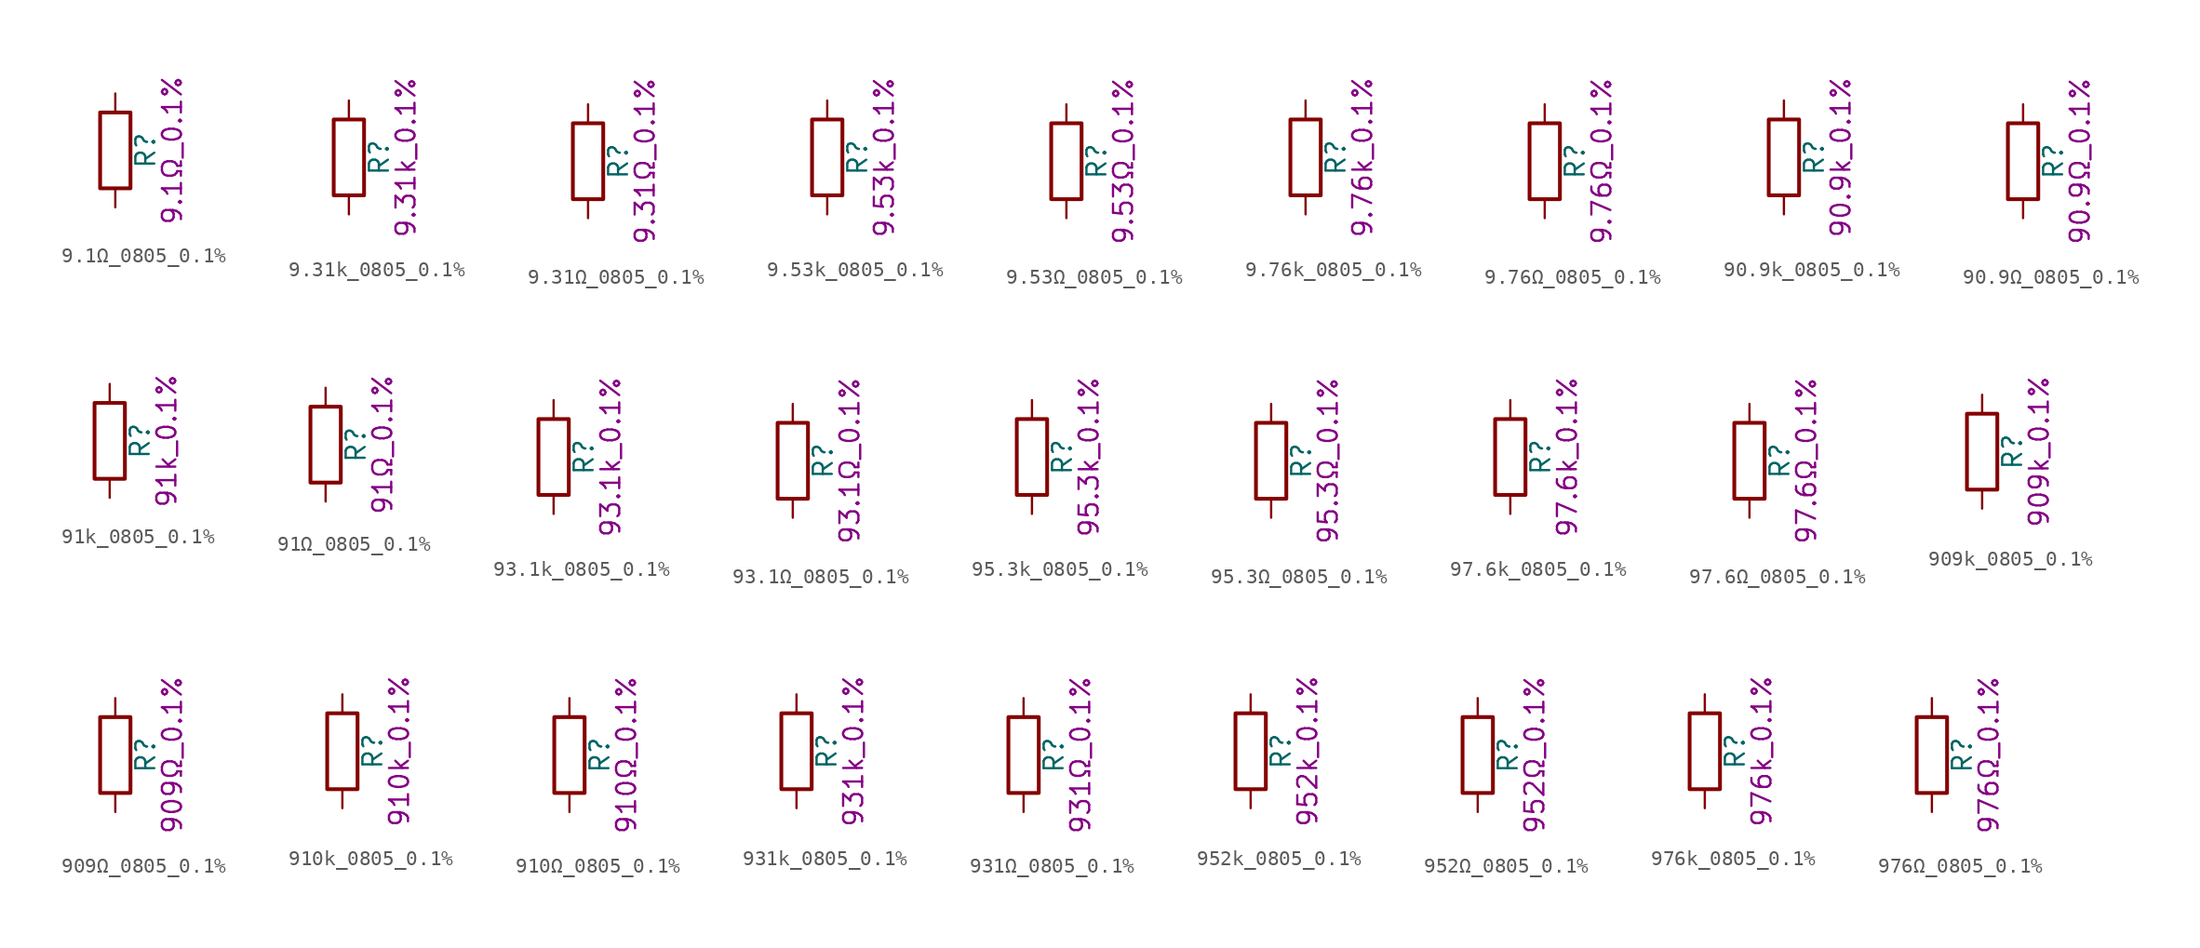
<source format=kicad_sym>
(kicad_symbol_lib
  (version 20211014)
  (generator kicad_symbol_editor)
  (symbol "9.1Ω_0805_0.1%"
    (pin_numbers hide)
    (pin_names
      (offset 0))
    (property "Reference" "R"
      (at 2.032 0 90)
      (effects (font (size 1.27 1.27))))
    (property "Display" "9.1Ω_0.1%"
      (at 3.81 0 90)
      (effects (font (size 1.27 1.27))))
    (symbol "9.1Ω_0805_0.1%_0_1"
      (rectangle (start -1.016 -2.54) (end 1.016 2.54) (stroke (width 0.254) (type default) (color 0 0 0 0)) (fill (type none))))
    (symbol "9.1Ω_0805_0.1%_1_1"
      (pin passive line (at 0 3.81 270) (length 1.27) (name "~" (effects (font (size 1.27 1.27)))) (number "1" (effects (font (size 1.27 1.27)))))
      (pin passive line (at 0 -3.81 90) (length 1.27) (name "~" (effects (font (size 1.27 1.27)))) (number "2" (effects (font (size 1.27 1.27)))))))
  (symbol "9.31k_0805_0.1%"
    (pin_numbers hide)
    (pin_names
      (offset 0))
    (property "Reference" "R"
      (at 2.032 0 90)
      (effects (font (size 1.27 1.27))))
    (property "Display" "9.31k_0.1%"
      (at 3.81 0 90)
      (effects (font (size 1.27 1.27))))
    (symbol "9.31k_0805_0.1%_0_1"
      (rectangle (start -1.016 -2.54) (end 1.016 2.54) (stroke (width 0.254) (type default) (color 0 0 0 0)) (fill (type none))))
    (symbol "9.31k_0805_0.1%_1_1"
      (pin passive line (at 0 3.81 270) (length 1.27) (name "~" (effects (font (size 1.27 1.27)))) (number "1" (effects (font (size 1.27 1.27)))))
      (pin passive line (at 0 -3.81 90) (length 1.27) (name "~" (effects (font (size 1.27 1.27)))) (number "2" (effects (font (size 1.27 1.27)))))))
  (symbol "9.31Ω_0805_0.1%"
    (pin_numbers hide)
    (pin_names
      (offset 0))
    (property "Reference" "R"
      (at 2.032 0 90)
      (effects (font (size 1.27 1.27))))
    (property "Display" "9.31Ω_0.1%"
      (at 3.81 0 90)
      (effects (font (size 1.27 1.27))))
    (symbol "9.31Ω_0805_0.1%_0_1"
      (rectangle (start -1.016 -2.54) (end 1.016 2.54) (stroke (width 0.254) (type default) (color 0 0 0 0)) (fill (type none))))
    (symbol "9.31Ω_0805_0.1%_1_1"
      (pin passive line (at 0 3.81 270) (length 1.27) (name "~" (effects (font (size 1.27 1.27)))) (number "1" (effects (font (size 1.27 1.27)))))
      (pin passive line (at 0 -3.81 90) (length 1.27) (name "~" (effects (font (size 1.27 1.27)))) (number "2" (effects (font (size 1.27 1.27)))))))
  (symbol "9.53k_0805_0.1%"
    (pin_numbers hide)
    (pin_names
      (offset 0))
    (property "Reference" "R"
      (at 2.032 0 90)
      (effects (font (size 1.27 1.27))))
    (property "Display" "9.53k_0.1%"
      (at 3.81 0 90)
      (effects (font (size 1.27 1.27))))
    (symbol "9.53k_0805_0.1%_0_1"
      (rectangle (start -1.016 -2.54) (end 1.016 2.54) (stroke (width 0.254) (type default) (color 0 0 0 0)) (fill (type none))))
    (symbol "9.53k_0805_0.1%_1_1"
      (pin passive line (at 0 3.81 270) (length 1.27) (name "~" (effects (font (size 1.27 1.27)))) (number "1" (effects (font (size 1.27 1.27)))))
      (pin passive line (at 0 -3.81 90) (length 1.27) (name "~" (effects (font (size 1.27 1.27)))) (number "2" (effects (font (size 1.27 1.27)))))))
  (symbol "9.53Ω_0805_0.1%"
    (pin_numbers hide)
    (pin_names
      (offset 0))
    (property "Reference" "R"
      (at 2.032 0 90)
      (effects (font (size 1.27 1.27))))
    (property "Display" "9.53Ω_0.1%"
      (at 3.81 0 90)
      (effects (font (size 1.27 1.27))))
    (symbol "9.53Ω_0805_0.1%_0_1"
      (rectangle (start -1.016 -2.54) (end 1.016 2.54) (stroke (width 0.254) (type default) (color 0 0 0 0)) (fill (type none))))
    (symbol "9.53Ω_0805_0.1%_1_1"
      (pin passive line (at 0 3.81 270) (length 1.27) (name "~" (effects (font (size 1.27 1.27)))) (number "1" (effects (font (size 1.27 1.27)))))
      (pin passive line (at 0 -3.81 90) (length 1.27) (name "~" (effects (font (size 1.27 1.27)))) (number "2" (effects (font (size 1.27 1.27)))))))
  (symbol "9.76k_0805_0.1%"
    (pin_numbers hide)
    (pin_names
      (offset 0))
    (property "Reference" "R"
      (at 2.032 0 90)
      (effects (font (size 1.27 1.27))))
    (property "Display" "9.76k_0.1%"
      (at 3.81 0 90)
      (effects (font (size 1.27 1.27))))
    (symbol "9.76k_0805_0.1%_0_1"
      (rectangle (start -1.016 -2.54) (end 1.016 2.54) (stroke (width 0.254) (type default) (color 0 0 0 0)) (fill (type none))))
    (symbol "9.76k_0805_0.1%_1_1"
      (pin passive line (at 0 3.81 270) (length 1.27) (name "~" (effects (font (size 1.27 1.27)))) (number "1" (effects (font (size 1.27 1.27)))))
      (pin passive line (at 0 -3.81 90) (length 1.27) (name "~" (effects (font (size 1.27 1.27)))) (number "2" (effects (font (size 1.27 1.27)))))))
  (symbol "9.76Ω_0805_0.1%"
    (pin_numbers hide)
    (pin_names
      (offset 0))
    (property "Reference" "R"
      (at 2.032 0 90)
      (effects (font (size 1.27 1.27))))
    (property "Display" "9.76Ω_0.1%"
      (at 3.81 0 90)
      (effects (font (size 1.27 1.27))))
    (symbol "9.76Ω_0805_0.1%_0_1"
      (rectangle (start -1.016 -2.54) (end 1.016 2.54) (stroke (width 0.254) (type default) (color 0 0 0 0)) (fill (type none))))
    (symbol "9.76Ω_0805_0.1%_1_1"
      (pin passive line (at 0 3.81 270) (length 1.27) (name "~" (effects (font (size 1.27 1.27)))) (number "1" (effects (font (size 1.27 1.27)))))
      (pin passive line (at 0 -3.81 90) (length 1.27) (name "~" (effects (font (size 1.27 1.27)))) (number "2" (effects (font (size 1.27 1.27)))))))
  (symbol "90.9k_0805_0.1%"
    (pin_numbers hide)
    (pin_names
      (offset 0))
    (property "Reference" "R"
      (at 2.032 0 90)
      (effects (font (size 1.27 1.27))))
    (property "Display" "90.9k_0.1%"
      (at 3.81 0 90)
      (effects (font (size 1.27 1.27))))
    (symbol "90.9k_0805_0.1%_0_1"
      (rectangle (start -1.016 -2.54) (end 1.016 2.54) (stroke (width 0.254) (type default) (color 0 0 0 0)) (fill (type none))))
    (symbol "90.9k_0805_0.1%_1_1"
      (pin passive line (at 0 3.81 270) (length 1.27) (name "~" (effects (font (size 1.27 1.27)))) (number "1" (effects (font (size 1.27 1.27)))))
      (pin passive line (at 0 -3.81 90) (length 1.27) (name "~" (effects (font (size 1.27 1.27)))) (number "2" (effects (font (size 1.27 1.27)))))))
  (symbol "90.9Ω_0805_0.1%"
    (pin_numbers hide)
    (pin_names
      (offset 0))
    (property "Reference" "R"
      (at 2.032 0 90)
      (effects (font (size 1.27 1.27))))
    (property "Display" "90.9Ω_0.1%"
      (at 3.81 0 90)
      (effects (font (size 1.27 1.27))))
    (symbol "90.9Ω_0805_0.1%_0_1"
      (rectangle (start -1.016 -2.54) (end 1.016 2.54) (stroke (width 0.254) (type default) (color 0 0 0 0)) (fill (type none))))
    (symbol "90.9Ω_0805_0.1%_1_1"
      (pin passive line (at 0 3.81 270) (length 1.27) (name "~" (effects (font (size 1.27 1.27)))) (number "1" (effects (font (size 1.27 1.27)))))
      (pin passive line (at 0 -3.81 90) (length 1.27) (name "~" (effects (font (size 1.27 1.27)))) (number "2" (effects (font (size 1.27 1.27)))))))
  (symbol "91k_0805_0.1%"
    (pin_numbers hide)
    (pin_names
      (offset 0))
    (property "Reference" "R"
      (at 2.032 0 90)
      (effects (font (size 1.27 1.27))))
    (property "Display" "91k_0.1%"
      (at 3.81 0 90)
      (effects (font (size 1.27 1.27))))
    (symbol "91k_0805_0.1%_0_1"
      (rectangle (start -1.016 -2.54) (end 1.016 2.54) (stroke (width 0.254) (type default) (color 0 0 0 0)) (fill (type none))))
    (symbol "91k_0805_0.1%_1_1"
      (pin passive line (at 0 3.81 270) (length 1.27) (name "~" (effects (font (size 1.27 1.27)))) (number "1" (effects (font (size 1.27 1.27)))))
      (pin passive line (at 0 -3.81 90) (length 1.27) (name "~" (effects (font (size 1.27 1.27)))) (number "2" (effects (font (size 1.27 1.27)))))))
  (symbol "91Ω_0805_0.1%"
    (pin_numbers hide)
    (pin_names
      (offset 0))
    (property "Reference" "R"
      (at 2.032 0 90)
      (effects (font (size 1.27 1.27))))
    (property "Display" "91Ω_0.1%"
      (at 3.81 0 90)
      (effects (font (size 1.27 1.27))))
    (symbol "91Ω_0805_0.1%_0_1"
      (rectangle (start -1.016 -2.54) (end 1.016 2.54) (stroke (width 0.254) (type default) (color 0 0 0 0)) (fill (type none))))
    (symbol "91Ω_0805_0.1%_1_1"
      (pin passive line (at 0 3.81 270) (length 1.27) (name "~" (effects (font (size 1.27 1.27)))) (number "1" (effects (font (size 1.27 1.27)))))
      (pin passive line (at 0 -3.81 90) (length 1.27) (name "~" (effects (font (size 1.27 1.27)))) (number "2" (effects (font (size 1.27 1.27)))))))
  (symbol "93.1k_0805_0.1%"
    (pin_numbers hide)
    (pin_names
      (offset 0))
    (property "Reference" "R"
      (at 2.032 0 90)
      (effects (font (size 1.27 1.27))))
    (property "Display" "93.1k_0.1%"
      (at 3.81 0 90)
      (effects (font (size 1.27 1.27))))
    (symbol "93.1k_0805_0.1%_0_1"
      (rectangle (start -1.016 -2.54) (end 1.016 2.54) (stroke (width 0.254) (type default) (color 0 0 0 0)) (fill (type none))))
    (symbol "93.1k_0805_0.1%_1_1"
      (pin passive line (at 0 3.81 270) (length 1.27) (name "~" (effects (font (size 1.27 1.27)))) (number "1" (effects (font (size 1.27 1.27)))))
      (pin passive line (at 0 -3.81 90) (length 1.27) (name "~" (effects (font (size 1.27 1.27)))) (number "2" (effects (font (size 1.27 1.27)))))))
  (symbol "93.1Ω_0805_0.1%"
    (pin_numbers hide)
    (pin_names
      (offset 0))
    (property "Reference" "R"
      (at 2.032 0 90)
      (effects (font (size 1.27 1.27))))
    (property "Display" "93.1Ω_0.1%"
      (at 3.81 0 90)
      (effects (font (size 1.27 1.27))))
    (symbol "93.1Ω_0805_0.1%_0_1"
      (rectangle (start -1.016 -2.54) (end 1.016 2.54) (stroke (width 0.254) (type default) (color 0 0 0 0)) (fill (type none))))
    (symbol "93.1Ω_0805_0.1%_1_1"
      (pin passive line (at 0 3.81 270) (length 1.27) (name "~" (effects (font (size 1.27 1.27)))) (number "1" (effects (font (size 1.27 1.27)))))
      (pin passive line (at 0 -3.81 90) (length 1.27) (name "~" (effects (font (size 1.27 1.27)))) (number "2" (effects (font (size 1.27 1.27)))))))
  (symbol "95.3k_0805_0.1%"
    (pin_numbers hide)
    (pin_names
      (offset 0))
    (property "Reference" "R"
      (at 2.032 0 90)
      (effects (font (size 1.27 1.27))))
    (property "Display" "95.3k_0.1%"
      (at 3.81 0 90)
      (effects (font (size 1.27 1.27))))
    (symbol "95.3k_0805_0.1%_0_1"
      (rectangle (start -1.016 -2.54) (end 1.016 2.54) (stroke (width 0.254) (type default) (color 0 0 0 0)) (fill (type none))))
    (symbol "95.3k_0805_0.1%_1_1"
      (pin passive line (at 0 3.81 270) (length 1.27) (name "~" (effects (font (size 1.27 1.27)))) (number "1" (effects (font (size 1.27 1.27)))))
      (pin passive line (at 0 -3.81 90) (length 1.27) (name "~" (effects (font (size 1.27 1.27)))) (number "2" (effects (font (size 1.27 1.27)))))))
  (symbol "95.3Ω_0805_0.1%"
    (pin_numbers hide)
    (pin_names
      (offset 0))
    (property "Reference" "R"
      (at 2.032 0 90)
      (effects (font (size 1.27 1.27))))
    (property "Display" "95.3Ω_0.1%"
      (at 3.81 0 90)
      (effects (font (size 1.27 1.27))))
    (symbol "95.3Ω_0805_0.1%_0_1"
      (rectangle (start -1.016 -2.54) (end 1.016 2.54) (stroke (width 0.254) (type default) (color 0 0 0 0)) (fill (type none))))
    (symbol "95.3Ω_0805_0.1%_1_1"
      (pin passive line (at 0 3.81 270) (length 1.27) (name "~" (effects (font (size 1.27 1.27)))) (number "1" (effects (font (size 1.27 1.27)))))
      (pin passive line (at 0 -3.81 90) (length 1.27) (name "~" (effects (font (size 1.27 1.27)))) (number "2" (effects (font (size 1.27 1.27)))))))
  (symbol "97.6k_0805_0.1%"
    (pin_numbers hide)
    (pin_names
      (offset 0))
    (property "Reference" "R"
      (at 2.032 0 90)
      (effects (font (size 1.27 1.27))))
    (property "Display" "97.6k_0.1%"
      (at 3.81 0 90)
      (effects (font (size 1.27 1.27))))
    (symbol "97.6k_0805_0.1%_0_1"
      (rectangle (start -1.016 -2.54) (end 1.016 2.54) (stroke (width 0.254) (type default) (color 0 0 0 0)) (fill (type none))))
    (symbol "97.6k_0805_0.1%_1_1"
      (pin passive line (at 0 3.81 270) (length 1.27) (name "~" (effects (font (size 1.27 1.27)))) (number "1" (effects (font (size 1.27 1.27)))))
      (pin passive line (at 0 -3.81 90) (length 1.27) (name "~" (effects (font (size 1.27 1.27)))) (number "2" (effects (font (size 1.27 1.27)))))))
  (symbol "97.6Ω_0805_0.1%"
    (pin_numbers hide)
    (pin_names
      (offset 0))
    (property "Reference" "R"
      (at 2.032 0 90)
      (effects (font (size 1.27 1.27))))
    (property "Display" "97.6Ω_0.1%"
      (at 3.81 0 90)
      (effects (font (size 1.27 1.27))))
    (symbol "97.6Ω_0805_0.1%_0_1"
      (rectangle (start -1.016 -2.54) (end 1.016 2.54) (stroke (width 0.254) (type default) (color 0 0 0 0)) (fill (type none))))
    (symbol "97.6Ω_0805_0.1%_1_1"
      (pin passive line (at 0 3.81 270) (length 1.27) (name "~" (effects (font (size 1.27 1.27)))) (number "1" (effects (font (size 1.27 1.27)))))
      (pin passive line (at 0 -3.81 90) (length 1.27) (name "~" (effects (font (size 1.27 1.27)))) (number "2" (effects (font (size 1.27 1.27)))))))
  (symbol "909k_0805_0.1%"
    (pin_numbers hide)
    (pin_names
      (offset 0))
    (property "Reference" "R"
      (at 2.032 0 90)
      (effects (font (size 1.27 1.27))))
    (property "Display" "909k_0.1%"
      (at 3.81 0 90)
      (effects (font (size 1.27 1.27))))
    (symbol "909k_0805_0.1%_0_1"
      (rectangle (start -1.016 -2.54) (end 1.016 2.54) (stroke (width 0.254) (type default) (color 0 0 0 0)) (fill (type none))))
    (symbol "909k_0805_0.1%_1_1"
      (pin passive line (at 0 3.81 270) (length 1.27) (name "~" (effects (font (size 1.27 1.27)))) (number "1" (effects (font (size 1.27 1.27)))))
      (pin passive line (at 0 -3.81 90) (length 1.27) (name "~" (effects (font (size 1.27 1.27)))) (number "2" (effects (font (size 1.27 1.27)))))))
  (symbol "909Ω_0805_0.1%"
    (pin_numbers hide)
    (pin_names
      (offset 0))
    (property "Reference" "R"
      (at 2.032 0 90)
      (effects (font (size 1.27 1.27))))
    (property "Display" "909Ω_0.1%"
      (at 3.81 0 90)
      (effects (font (size 1.27 1.27))))
    (symbol "909Ω_0805_0.1%_0_1"
      (rectangle (start -1.016 -2.54) (end 1.016 2.54) (stroke (width 0.254) (type default) (color 0 0 0 0)) (fill (type none))))
    (symbol "909Ω_0805_0.1%_1_1"
      (pin passive line (at 0 3.81 270) (length 1.27) (name "~" (effects (font (size 1.27 1.27)))) (number "1" (effects (font (size 1.27 1.27)))))
      (pin passive line (at 0 -3.81 90) (length 1.27) (name "~" (effects (font (size 1.27 1.27)))) (number "2" (effects (font (size 1.27 1.27)))))))
  (symbol "910k_0805_0.1%"
    (pin_numbers hide)
    (pin_names
      (offset 0))
    (property "Reference" "R"
      (at 2.032 0 90)
      (effects (font (size 1.27 1.27))))
    (property "Display" "910k_0.1%"
      (at 3.81 0 90)
      (effects (font (size 1.27 1.27))))
    (symbol "910k_0805_0.1%_0_1"
      (rectangle (start -1.016 -2.54) (end 1.016 2.54) (stroke (width 0.254) (type default) (color 0 0 0 0)) (fill (type none))))
    (symbol "910k_0805_0.1%_1_1"
      (pin passive line (at 0 3.81 270) (length 1.27) (name "~" (effects (font (size 1.27 1.27)))) (number "1" (effects (font (size 1.27 1.27)))))
      (pin passive line (at 0 -3.81 90) (length 1.27) (name "~" (effects (font (size 1.27 1.27)))) (number "2" (effects (font (size 1.27 1.27)))))))
  (symbol "910Ω_0805_0.1%"
    (pin_numbers hide)
    (pin_names
      (offset 0))
    (property "Reference" "R"
      (at 2.032 0 90)
      (effects (font (size 1.27 1.27))))
    (property "Display" "910Ω_0.1%"
      (at 3.81 0 90)
      (effects (font (size 1.27 1.27))))
    (symbol "910Ω_0805_0.1%_0_1"
      (rectangle (start -1.016 -2.54) (end 1.016 2.54) (stroke (width 0.254) (type default) (color 0 0 0 0)) (fill (type none))))
    (symbol "910Ω_0805_0.1%_1_1"
      (pin passive line (at 0 3.81 270) (length 1.27) (name "~" (effects (font (size 1.27 1.27)))) (number "1" (effects (font (size 1.27 1.27)))))
      (pin passive line (at 0 -3.81 90) (length 1.27) (name "~" (effects (font (size 1.27 1.27)))) (number "2" (effects (font (size 1.27 1.27)))))))
  (symbol "931k_0805_0.1%"
    (pin_numbers hide)
    (pin_names
      (offset 0))
    (property "Reference" "R"
      (at 2.032 0 90)
      (effects (font (size 1.27 1.27))))
    (property "Display" "931k_0.1%"
      (at 3.81 0 90)
      (effects (font (size 1.27 1.27))))
    (symbol "931k_0805_0.1%_0_1"
      (rectangle (start -1.016 -2.54) (end 1.016 2.54) (stroke (width 0.254) (type default) (color 0 0 0 0)) (fill (type none))))
    (symbol "931k_0805_0.1%_1_1"
      (pin passive line (at 0 3.81 270) (length 1.27) (name "~" (effects (font (size 1.27 1.27)))) (number "1" (effects (font (size 1.27 1.27)))))
      (pin passive line (at 0 -3.81 90) (length 1.27) (name "~" (effects (font (size 1.27 1.27)))) (number "2" (effects (font (size 1.27 1.27)))))))
  (symbol "931Ω_0805_0.1%"
    (pin_numbers hide)
    (pin_names
      (offset 0))
    (property "Reference" "R"
      (at 2.032 0 90)
      (effects (font (size 1.27 1.27))))
    (property "Display" "931Ω_0.1%"
      (at 3.81 0 90)
      (effects (font (size 1.27 1.27))))
    (symbol "931Ω_0805_0.1%_0_1"
      (rectangle (start -1.016 -2.54) (end 1.016 2.54) (stroke (width 0.254) (type default) (color 0 0 0 0)) (fill (type none))))
    (symbol "931Ω_0805_0.1%_1_1"
      (pin passive line (at 0 3.81 270) (length 1.27) (name "~" (effects (font (size 1.27 1.27)))) (number "1" (effects (font (size 1.27 1.27)))))
      (pin passive line (at 0 -3.81 90) (length 1.27) (name "~" (effects (font (size 1.27 1.27)))) (number "2" (effects (font (size 1.27 1.27)))))))
  (symbol "952k_0805_0.1%"
    (pin_numbers hide)
    (pin_names
      (offset 0))
    (property "Reference" "R"
      (at 2.032 0 90)
      (effects (font (size 1.27 1.27))))
    (property "Display" "952k_0.1%"
      (at 3.81 0 90)
      (effects (font (size 1.27 1.27))))
    (symbol "952k_0805_0.1%_0_1"
      (rectangle (start -1.016 -2.54) (end 1.016 2.54) (stroke (width 0.254) (type default) (color 0 0 0 0)) (fill (type none))))
    (symbol "952k_0805_0.1%_1_1"
      (pin passive line (at 0 3.81 270) (length 1.27) (name "~" (effects (font (size 1.27 1.27)))) (number "1" (effects (font (size 1.27 1.27)))))
      (pin passive line (at 0 -3.81 90) (length 1.27) (name "~" (effects (font (size 1.27 1.27)))) (number "2" (effects (font (size 1.27 1.27)))))))
  (symbol "952Ω_0805_0.1%"
    (pin_numbers hide)
    (pin_names
      (offset 0))
    (property "Reference" "R"
      (at 2.032 0 90)
      (effects (font (size 1.27 1.27))))
    (property "Display" "952Ω_0.1%"
      (at 3.81 0 90)
      (effects (font (size 1.27 1.27))))
    (symbol "952Ω_0805_0.1%_0_1"
      (rectangle (start -1.016 -2.54) (end 1.016 2.54) (stroke (width 0.254) (type default) (color 0 0 0 0)) (fill (type none))))
    (symbol "952Ω_0805_0.1%_1_1"
      (pin passive line (at 0 3.81 270) (length 1.27) (name "~" (effects (font (size 1.27 1.27)))) (number "1" (effects (font (size 1.27 1.27)))))
      (pin passive line (at 0 -3.81 90) (length 1.27) (name "~" (effects (font (size 1.27 1.27)))) (number "2" (effects (font (size 1.27 1.27)))))))
  (symbol "976k_0805_0.1%"
    (pin_numbers hide)
    (pin_names
      (offset 0))
    (property "Reference" "R"
      (at 2.032 0 90)
      (effects (font (size 1.27 1.27))))
    (property "Display" "976k_0.1%"
      (at 3.81 0 90)
      (effects (font (size 1.27 1.27))))
    (symbol "976k_0805_0.1%_0_1"
      (rectangle (start -1.016 -2.54) (end 1.016 2.54) (stroke (width 0.254) (type default) (color 0 0 0 0)) (fill (type none))))
    (symbol "976k_0805_0.1%_1_1"
      (pin passive line (at 0 3.81 270) (length 1.27) (name "~" (effects (font (size 1.27 1.27)))) (number "1" (effects (font (size 1.27 1.27)))))
      (pin passive line (at 0 -3.81 90) (length 1.27) (name "~" (effects (font (size 1.27 1.27)))) (number "2" (effects (font (size 1.27 1.27)))))))
  (symbol "976Ω_0805_0.1%"
    (pin_numbers hide)
    (pin_names
      (offset 0))
    (property "Reference" "R"
      (at 2.032 0 90)
      (effects (font (size 1.27 1.27))))
    (property "Display" "976Ω_0.1%"
      (at 3.81 0 90)
      (effects (font (size 1.27 1.27))))
    (symbol "976Ω_0805_0.1%_0_1"
      (rectangle (start -1.016 -2.54) (end 1.016 2.54) (stroke (width 0.254) (type default) (color 0 0 0 0)) (fill (type none))))
    (symbol "976Ω_0805_0.1%_1_1"
      (pin passive line (at 0 3.81 270) (length 1.27) (name "~" (effects (font (size 1.27 1.27)))) (number "1" (effects (font (size 1.27 1.27)))))
      (pin passive line (at 0 -3.81 90) (length 1.27) (name "~" (effects (font (size 1.27 1.27)))) (number "2" (effects (font (size 1.27 1.27))))))))
</source>
